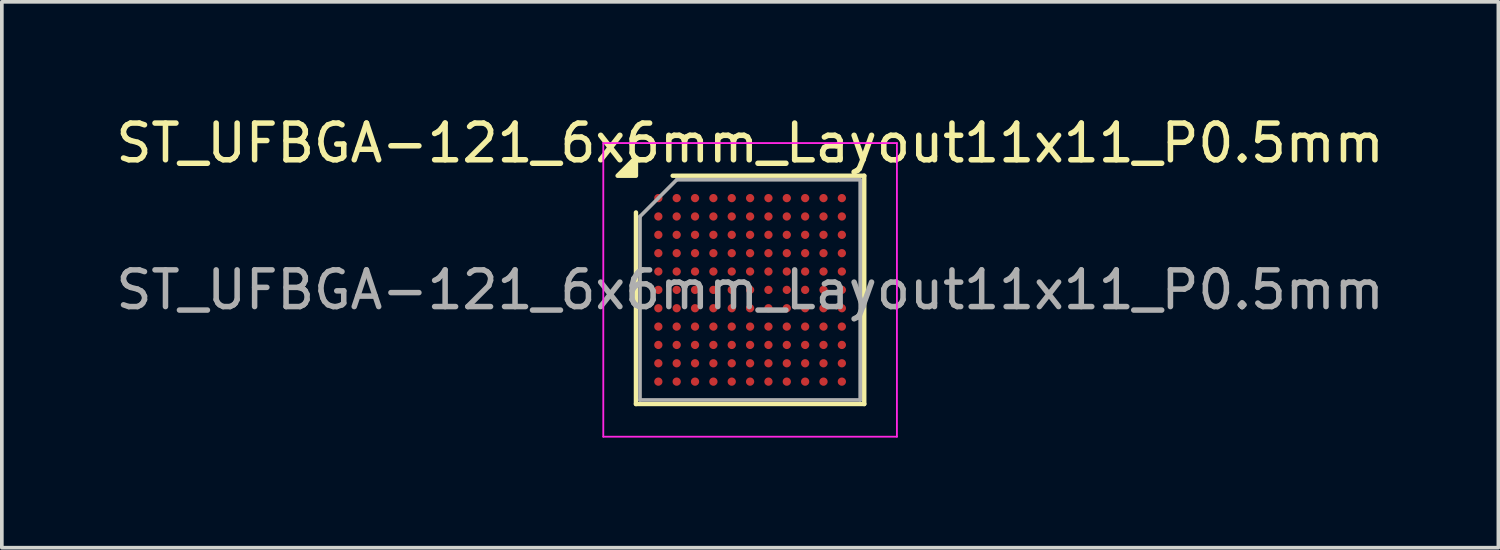
<source format=kicad_pcb>
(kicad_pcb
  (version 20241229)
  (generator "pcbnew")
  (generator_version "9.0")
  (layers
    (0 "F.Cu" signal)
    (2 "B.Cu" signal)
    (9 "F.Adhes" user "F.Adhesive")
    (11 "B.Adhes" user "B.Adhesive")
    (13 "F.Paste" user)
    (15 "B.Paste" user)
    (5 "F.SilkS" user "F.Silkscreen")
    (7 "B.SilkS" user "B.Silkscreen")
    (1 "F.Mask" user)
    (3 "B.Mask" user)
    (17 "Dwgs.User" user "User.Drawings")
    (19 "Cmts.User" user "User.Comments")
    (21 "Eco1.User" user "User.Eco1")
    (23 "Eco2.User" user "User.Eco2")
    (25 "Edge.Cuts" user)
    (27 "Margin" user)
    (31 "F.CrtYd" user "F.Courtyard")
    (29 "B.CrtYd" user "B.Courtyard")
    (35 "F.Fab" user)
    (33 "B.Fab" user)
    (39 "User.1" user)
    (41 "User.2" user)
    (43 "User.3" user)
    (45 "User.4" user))
  (footprint "ST_UFBGA-121_6x6mm_Layout11x11_P0.5mm"
    (layer "F.Cu")
    (at 17.387 4.848)
    (property "Reference" "ST_UFBGA-121_6x6mm_Layout11x11_P0.5mm" (at 0 -4 0) (layer "F.SilkS") (effects (font (size 1 1) (thickness 0.15))))
    (attr smd)
    (fp_line (start -3.11 3.11) (end -3.11 -2.11) (stroke (width 0.12) (type solid)) (layer "F.SilkS"))
    (fp_line (start -2.11 -3.11) (end 3.11 -3.11) (stroke (width 0.12) (type solid)) (layer "F.SilkS"))
    (fp_line (start 3.11 -3.11) (end 3.11 3.11) (stroke (width 0.12) (type solid)) (layer "F.SilkS"))
    (fp_line (start 3.11 3.11) (end -3.11 3.11) (stroke (width 0.12) (type solid)) (layer "F.SilkS"))
    (fp_poly (pts (xy -3.11 -3.11) (xy -3.61 -3.11) (xy -3.11 -3.61) (xy -3.11 -3.11)) (stroke (width 0.12) (type solid)) (fill yes) (layer "F.SilkS"))
    (fp_line (start -4 -4) (end -4 4) (stroke (width 0.05) (type solid)) (layer "F.CrtYd"))
    (fp_line (start -4 4) (end 4 4) (stroke (width 0.05) (type solid)) (layer "F.CrtYd"))
    (fp_line (start 4 -4) (end -4 -4) (stroke (width 0.05) (type solid)) (layer "F.CrtYd"))
    (fp_line (start 4 4) (end 4 -4) (stroke (width 0.05) (type solid)) (layer "F.CrtYd"))
    (fp_line (start -3 -2) (end -2 -3) (stroke (width 0.1) (type solid)) (layer "F.Fab"))
    (fp_line (start -3 3) (end -3 -2) (stroke (width 0.1) (type solid)) (layer "F.Fab"))
    (fp_line (start -2 -3) (end 3 -3) (stroke (width 0.1) (type solid)) (layer "F.Fab"))
    (fp_line (start 3 -3) (end 3 3) (stroke (width 0.1) (type solid)) (layer "F.Fab"))
    (fp_line (start 3 3) (end -3 3) (stroke (width 0.1) (type solid)) (layer "F.Fab"))
    (fp_text user "${REFERENCE}" (at 0 0 0) (layer "F.Fab") (effects (font (size 1 1) (thickness 0.15))))
    (pad "A1" smd circle (at -2.5 -2.5) (size 0.225 0.225) (property pad_prop_bga) (layers "F.Cu" "F.Mask" "F.Paste"))
    (pad "A2" smd circle (at -2 -2.5) (size 0.225 0.225) (property pad_prop_bga) (layers "F.Cu" "F.Mask" "F.Paste"))
    (pad "A3" smd circle (at -1.5 -2.5) (size 0.225 0.225) (property pad_prop_bga) (layers "F.Cu" "F.Mask" "F.Paste"))
    (pad "A4" smd circle (at -1 -2.5) (size 0.225 0.225) (property pad_prop_bga) (layers "F.Cu" "F.Mask" "F.Paste"))
    (pad "A5" smd circle (at -0.5 -2.5) (size 0.225 0.225) (property pad_prop_bga) (layers "F.Cu" "F.Mask" "F.Paste"))
    (pad "A6" smd circle (at 0 -2.5) (size 0.225 0.225) (property pad_prop_bga) (layers "F.Cu" "F.Mask" "F.Paste"))
    (pad "A7" smd circle (at 0.5 -2.5) (size 0.225 0.225) (property pad_prop_bga) (layers "F.Cu" "F.Mask" "F.Paste"))
    (pad "A8" smd circle (at 1 -2.5) (size 0.225 0.225) (property pad_prop_bga) (layers "F.Cu" "F.Mask" "F.Paste"))
    (pad "A9" smd circle (at 1.5 -2.5) (size 0.225 0.225) (property pad_prop_bga) (layers "F.Cu" "F.Mask" "F.Paste"))
    (pad "A10" smd circle (at 2 -2.5) (size 0.225 0.225) (property pad_prop_bga) (layers "F.Cu" "F.Mask" "F.Paste"))
    (pad "A11" smd circle (at 2.5 -2.5) (size 0.225 0.225) (property pad_prop_bga) (layers "F.Cu" "F.Mask" "F.Paste"))
    (pad "B1" smd circle (at -2.5 -2) (size 0.225 0.225) (property pad_prop_bga) (layers "F.Cu" "F.Mask" "F.Paste"))
    (pad "B2" smd circle (at -2 -2) (size 0.225 0.225) (property pad_prop_bga) (layers "F.Cu" "F.Mask" "F.Paste"))
    (pad "B3" smd circle (at -1.5 -2) (size 0.225 0.225) (property pad_prop_bga) (layers "F.Cu" "F.Mask" "F.Paste"))
    (pad "B4" smd circle (at -1 -2) (size 0.225 0.225) (property pad_prop_bga) (layers "F.Cu" "F.Mask" "F.Paste"))
    (pad "B5" smd circle (at -0.5 -2) (size 0.225 0.225) (property pad_prop_bga) (layers "F.Cu" "F.Mask" "F.Paste"))
    (pad "B6" smd circle (at 0 -2) (size 0.225 0.225) (property pad_prop_bga) (layers "F.Cu" "F.Mask" "F.Paste"))
    (pad "B7" smd circle (at 0.5 -2) (size 0.225 0.225) (property pad_prop_bga) (layers "F.Cu" "F.Mask" "F.Paste"))
    (pad "B8" smd circle (at 1 -2) (size 0.225 0.225) (property pad_prop_bga) (layers "F.Cu" "F.Mask" "F.Paste"))
    (pad "B9" smd circle (at 1.5 -2) (size 0.225 0.225) (property pad_prop_bga) (layers "F.Cu" "F.Mask" "F.Paste"))
    (pad "B10" smd circle (at 2 -2) (size 0.225 0.225) (property pad_prop_bga) (layers "F.Cu" "F.Mask" "F.Paste"))
    (pad "B11" smd circle (at 2.5 -2) (size 0.225 0.225) (property pad_prop_bga) (layers "F.Cu" "F.Mask" "F.Paste"))
    (pad "C1" smd circle (at -2.5 -1.5) (size 0.225 0.225) (property pad_prop_bga) (layers "F.Cu" "F.Mask" "F.Paste"))
    (pad "C2" smd circle (at -2 -1.5) (size 0.225 0.225) (property pad_prop_bga) (layers "F.Cu" "F.Mask" "F.Paste"))
    (pad "C3" smd circle (at -1.5 -1.5) (size 0.225 0.225) (property pad_prop_bga) (layers "F.Cu" "F.Mask" "F.Paste"))
    (pad "C4" smd circle (at -1 -1.5) (size 0.225 0.225) (property pad_prop_bga) (layers "F.Cu" "F.Mask" "F.Paste"))
    (pad "C5" smd circle (at -0.5 -1.5) (size 0.225 0.225) (property pad_prop_bga) (layers "F.Cu" "F.Mask" "F.Paste"))
    (pad "C6" smd circle (at 0 -1.5) (size 0.225 0.225) (property pad_prop_bga) (layers "F.Cu" "F.Mask" "F.Paste"))
    (pad "C7" smd circle (at 0.5 -1.5) (size 0.225 0.225) (property pad_prop_bga) (layers "F.Cu" "F.Mask" "F.Paste"))
    (pad "C8" smd circle (at 1 -1.5) (size 0.225 0.225) (property pad_prop_bga) (layers "F.Cu" "F.Mask" "F.Paste"))
    (pad "C9" smd circle (at 1.5 -1.5) (size 0.225 0.225) (property pad_prop_bga) (layers "F.Cu" "F.Mask" "F.Paste"))
    (pad "C10" smd circle (at 2 -1.5) (size 0.225 0.225) (property pad_prop_bga) (layers "F.Cu" "F.Mask" "F.Paste"))
    (pad "C11" smd circle (at 2.5 -1.5) (size 0.225 0.225) (property pad_prop_bga) (layers "F.Cu" "F.Mask" "F.Paste"))
    (pad "D1" smd circle (at -2.5 -1) (size 0.225 0.225) (property pad_prop_bga) (layers "F.Cu" "F.Mask" "F.Paste"))
    (pad "D2" smd circle (at -2 -1) (size 0.225 0.225) (property pad_prop_bga) (layers "F.Cu" "F.Mask" "F.Paste"))
    (pad "D3" smd circle (at -1.5 -1) (size 0.225 0.225) (property pad_prop_bga) (layers "F.Cu" "F.Mask" "F.Paste"))
    (pad "D4" smd circle (at -1 -1) (size 0.225 0.225) (property pad_prop_bga) (layers "F.Cu" "F.Mask" "F.Paste"))
    (pad "D5" smd circle (at -0.5 -1) (size 0.225 0.225) (property pad_prop_bga) (layers "F.Cu" "F.Mask" "F.Paste"))
    (pad "D6" smd circle (at 0 -1) (size 0.225 0.225) (property pad_prop_bga) (layers "F.Cu" "F.Mask" "F.Paste"))
    (pad "D7" smd circle (at 0.5 -1) (size 0.225 0.225) (property pad_prop_bga) (layers "F.Cu" "F.Mask" "F.Paste"))
    (pad "D8" smd circle (at 1 -1) (size 0.225 0.225) (property pad_prop_bga) (layers "F.Cu" "F.Mask" "F.Paste"))
    (pad "D9" smd circle (at 1.5 -1) (size 0.225 0.225) (property pad_prop_bga) (layers "F.Cu" "F.Mask" "F.Paste"))
    (pad "D10" smd circle (at 2 -1) (size 0.225 0.225) (property pad_prop_bga) (layers "F.Cu" "F.Mask" "F.Paste"))
    (pad "D11" smd circle (at 2.5 -1) (size 0.225 0.225) (property pad_prop_bga) (layers "F.Cu" "F.Mask" "F.Paste"))
    (pad "E1" smd circle (at -2.5 -0.5) (size 0.225 0.225) (property pad_prop_bga) (layers "F.Cu" "F.Mask" "F.Paste"))
    (pad "E2" smd circle (at -2 -0.5) (size 0.225 0.225) (property pad_prop_bga) (layers "F.Cu" "F.Mask" "F.Paste"))
    (pad "E3" smd circle (at -1.5 -0.5) (size 0.225 0.225) (property pad_prop_bga) (layers "F.Cu" "F.Mask" "F.Paste"))
    (pad "E4" smd circle (at -1 -0.5) (size 0.225 0.225) (property pad_prop_bga) (layers "F.Cu" "F.Mask" "F.Paste"))
    (pad "E5" smd circle (at -0.5 -0.5) (size 0.225 0.225) (property pad_prop_bga) (layers "F.Cu" "F.Mask" "F.Paste"))
    (pad "E6" smd circle (at 0 -0.5) (size 0.225 0.225) (property pad_prop_bga) (layers "F.Cu" "F.Mask" "F.Paste"))
    (pad "E7" smd circle (at 0.5 -0.5) (size 0.225 0.225) (property pad_prop_bga) (layers "F.Cu" "F.Mask" "F.Paste"))
    (pad "E8" smd circle (at 1 -0.5) (size 0.225 0.225) (property pad_prop_bga) (layers "F.Cu" "F.Mask" "F.Paste"))
    (pad "E9" smd circle (at 1.5 -0.5) (size 0.225 0.225) (property pad_prop_bga) (layers "F.Cu" "F.Mask" "F.Paste"))
    (pad "E10" smd circle (at 2 -0.5) (size 0.225 0.225) (property pad_prop_bga) (layers "F.Cu" "F.Mask" "F.Paste"))
    (pad "E11" smd circle (at 2.5 -0.5) (size 0.225 0.225) (property pad_prop_bga) (layers "F.Cu" "F.Mask" "F.Paste"))
    (pad "F1" smd circle (at -2.5 0) (size 0.225 0.225) (property pad_prop_bga) (layers "F.Cu" "F.Mask" "F.Paste"))
    (pad "F2" smd circle (at -2 0) (size 0.225 0.225) (property pad_prop_bga) (layers "F.Cu" "F.Mask" "F.Paste"))
    (pad "F3" smd circle (at -1.5 0) (size 0.225 0.225) (property pad_prop_bga) (layers "F.Cu" "F.Mask" "F.Paste"))
    (pad "F4" smd circle (at -1 0) (size 0.225 0.225) (property pad_prop_bga) (layers "F.Cu" "F.Mask" "F.Paste"))
    (pad "F5" smd circle (at -0.5 0) (size 0.225 0.225) (property pad_prop_bga) (layers "F.Cu" "F.Mask" "F.Paste"))
    (pad "F6" smd circle (at 0 0) (size 0.225 0.225) (property pad_prop_bga) (layers "F.Cu" "F.Mask" "F.Paste"))
    (pad "F7" smd circle (at 0.5 0) (size 0.225 0.225) (property pad_prop_bga) (layers "F.Cu" "F.Mask" "F.Paste"))
    (pad "F8" smd circle (at 1 0) (size 0.225 0.225) (property pad_prop_bga) (layers "F.Cu" "F.Mask" "F.Paste"))
    (pad "F9" smd circle (at 1.5 0) (size 0.225 0.225) (property pad_prop_bga) (layers "F.Cu" "F.Mask" "F.Paste"))
    (pad "F10" smd circle (at 2 0) (size 0.225 0.225) (property pad_prop_bga) (layers "F.Cu" "F.Mask" "F.Paste"))
    (pad "F11" smd circle (at 2.5 0) (size 0.225 0.225) (property pad_prop_bga) (layers "F.Cu" "F.Mask" "F.Paste"))
    (pad "G1" smd circle (at -2.5 0.5) (size 0.225 0.225) (property pad_prop_bga) (layers "F.Cu" "F.Mask" "F.Paste"))
    (pad "G2" smd circle (at -2 0.5) (size 0.225 0.225) (property pad_prop_bga) (layers "F.Cu" "F.Mask" "F.Paste"))
    (pad "G3" smd circle (at -1.5 0.5) (size 0.225 0.225) (property pad_prop_bga) (layers "F.Cu" "F.Mask" "F.Paste"))
    (pad "G4" smd circle (at -1 0.5) (size 0.225 0.225) (property pad_prop_bga) (layers "F.Cu" "F.Mask" "F.Paste"))
    (pad "G5" smd circle (at -0.5 0.5) (size 0.225 0.225) (property pad_prop_bga) (layers "F.Cu" "F.Mask" "F.Paste"))
    (pad "G6" smd circle (at 0 0.5) (size 0.225 0.225) (property pad_prop_bga) (layers "F.Cu" "F.Mask" "F.Paste"))
    (pad "G7" smd circle (at 0.5 0.5) (size 0.225 0.225) (property pad_prop_bga) (layers "F.Cu" "F.Mask" "F.Paste"))
    (pad "G8" smd circle (at 1 0.5) (size 0.225 0.225) (property pad_prop_bga) (layers "F.Cu" "F.Mask" "F.Paste"))
    (pad "G9" smd circle (at 1.5 0.5) (size 0.225 0.225) (property pad_prop_bga) (layers "F.Cu" "F.Mask" "F.Paste"))
    (pad "G10" smd circle (at 2 0.5) (size 0.225 0.225) (property pad_prop_bga) (layers "F.Cu" "F.Mask" "F.Paste"))
    (pad "G11" smd circle (at 2.5 0.5) (size 0.225 0.225) (property pad_prop_bga) (layers "F.Cu" "F.Mask" "F.Paste"))
    (pad "H1" smd circle (at -2.5 1) (size 0.225 0.225) (property pad_prop_bga) (layers "F.Cu" "F.Mask" "F.Paste"))
    (pad "H2" smd circle (at -2 1) (size 0.225 0.225) (property pad_prop_bga) (layers "F.Cu" "F.Mask" "F.Paste"))
    (pad "H3" smd circle (at -1.5 1) (size 0.225 0.225) (property pad_prop_bga) (layers "F.Cu" "F.Mask" "F.Paste"))
    (pad "H4" smd circle (at -1 1) (size 0.225 0.225) (property pad_prop_bga) (layers "F.Cu" "F.Mask" "F.Paste"))
    (pad "H5" smd circle (at -0.5 1) (size 0.225 0.225) (property pad_prop_bga) (layers "F.Cu" "F.Mask" "F.Paste"))
    (pad "H6" smd circle (at 0 1) (size 0.225 0.225) (property pad_prop_bga) (layers "F.Cu" "F.Mask" "F.Paste"))
    (pad "H7" smd circle (at 0.5 1) (size 0.225 0.225) (property pad_prop_bga) (layers "F.Cu" "F.Mask" "F.Paste"))
    (pad "H8" smd circle (at 1 1) (size 0.225 0.225) (property pad_prop_bga) (layers "F.Cu" "F.Mask" "F.Paste"))
    (pad "H9" smd circle (at 1.5 1) (size 0.225 0.225) (property pad_prop_bga) (layers "F.Cu" "F.Mask" "F.Paste"))
    (pad "H10" smd circle (at 2 1) (size 0.225 0.225) (property pad_prop_bga) (layers "F.Cu" "F.Mask" "F.Paste"))
    (pad "H11" smd circle (at 2.5 1) (size 0.225 0.225) (property pad_prop_bga) (layers "F.Cu" "F.Mask" "F.Paste"))
    (pad "J1" smd circle (at -2.5 1.5) (size 0.225 0.225) (property pad_prop_bga) (layers "F.Cu" "F.Mask" "F.Paste"))
    (pad "J2" smd circle (at -2 1.5) (size 0.225 0.225) (property pad_prop_bga) (layers "F.Cu" "F.Mask" "F.Paste"))
    (pad "J3" smd circle (at -1.5 1.5) (size 0.225 0.225) (property pad_prop_bga) (layers "F.Cu" "F.Mask" "F.Paste"))
    (pad "J4" smd circle (at -1 1.5) (size 0.225 0.225) (property pad_prop_bga) (layers "F.Cu" "F.Mask" "F.Paste"))
    (pad "J5" smd circle (at -0.5 1.5) (size 0.225 0.225) (property pad_prop_bga) (layers "F.Cu" "F.Mask" "F.Paste"))
    (pad "J6" smd circle (at 0 1.5) (size 0.225 0.225) (property pad_prop_bga) (layers "F.Cu" "F.Mask" "F.Paste"))
    (pad "J7" smd circle (at 0.5 1.5) (size 0.225 0.225) (property pad_prop_bga) (layers "F.Cu" "F.Mask" "F.Paste"))
    (pad "J8" smd circle (at 1 1.5) (size 0.225 0.225) (property pad_prop_bga) (layers "F.Cu" "F.Mask" "F.Paste"))
    (pad "J9" smd circle (at 1.5 1.5) (size 0.225 0.225) (property pad_prop_bga) (layers "F.Cu" "F.Mask" "F.Paste"))
    (pad "J10" smd circle (at 2 1.5) (size 0.225 0.225) (property pad_prop_bga) (layers "F.Cu" "F.Mask" "F.Paste"))
    (pad "J11" smd circle (at 2.5 1.5) (size 0.225 0.225) (property pad_prop_bga) (layers "F.Cu" "F.Mask" "F.Paste"))
    (pad "K1" smd circle (at -2.5 2) (size 0.225 0.225) (property pad_prop_bga) (layers "F.Cu" "F.Mask" "F.Paste"))
    (pad "K2" smd circle (at -2 2) (size 0.225 0.225) (property pad_prop_bga) (layers "F.Cu" "F.Mask" "F.Paste"))
    (pad "K3" smd circle (at -1.5 2) (size 0.225 0.225) (property pad_prop_bga) (layers "F.Cu" "F.Mask" "F.Paste"))
    (pad "K4" smd circle (at -1 2) (size 0.225 0.225) (property pad_prop_bga) (layers "F.Cu" "F.Mask" "F.Paste"))
    (pad "K5" smd circle (at -0.5 2) (size 0.225 0.225) (property pad_prop_bga) (layers "F.Cu" "F.Mask" "F.Paste"))
    (pad "K6" smd circle (at 0 2) (size 0.225 0.225) (property pad_prop_bga) (layers "F.Cu" "F.Mask" "F.Paste"))
    (pad "K7" smd circle (at 0.5 2) (size 0.225 0.225) (property pad_prop_bga) (layers "F.Cu" "F.Mask" "F.Paste"))
    (pad "K8" smd circle (at 1 2) (size 0.225 0.225) (property pad_prop_bga) (layers "F.Cu" "F.Mask" "F.Paste"))
    (pad "K9" smd circle (at 1.5 2) (size 0.225 0.225) (property pad_prop_bga) (layers "F.Cu" "F.Mask" "F.Paste"))
    (pad "K10" smd circle (at 2 2) (size 0.225 0.225) (property pad_prop_bga) (layers "F.Cu" "F.Mask" "F.Paste"))
    (pad "K11" smd circle (at 2.5 2) (size 0.225 0.225) (property pad_prop_bga) (layers "F.Cu" "F.Mask" "F.Paste"))
    (pad "L1" smd circle (at -2.5 2.5) (size 0.225 0.225) (property pad_prop_bga) (layers "F.Cu" "F.Mask" "F.Paste"))
    (pad "L2" smd circle (at -2 2.5) (size 0.225 0.225) (property pad_prop_bga) (layers "F.Cu" "F.Mask" "F.Paste"))
    (pad "L3" smd circle (at -1.5 2.5) (size 0.225 0.225) (property pad_prop_bga) (layers "F.Cu" "F.Mask" "F.Paste"))
    (pad "L4" smd circle (at -1 2.5) (size 0.225 0.225) (property pad_prop_bga) (layers "F.Cu" "F.Mask" "F.Paste"))
    (pad "L5" smd circle (at -0.5 2.5) (size 0.225 0.225) (property pad_prop_bga) (layers "F.Cu" "F.Mask" "F.Paste"))
    (pad "L6" smd circle (at 0 2.5) (size 0.225 0.225) (property pad_prop_bga) (layers "F.Cu" "F.Mask" "F.Paste"))
    (pad "L7" smd circle (at 0.5 2.5) (size 0.225 0.225) (property pad_prop_bga) (layers "F.Cu" "F.Mask" "F.Paste"))
    (pad "L8" smd circle (at 1 2.5) (size 0.225 0.225) (property pad_prop_bga) (layers "F.Cu" "F.Mask" "F.Paste"))
    (pad "L9" smd circle (at 1.5 2.5) (size 0.225 0.225) (property pad_prop_bga) (layers "F.Cu" "F.Mask" "F.Paste"))
    (pad "L10" smd circle (at 2 2.5) (size 0.225 0.225) (property pad_prop_bga) (layers "F.Cu" "F.Mask" "F.Paste"))
    (pad "L11" smd circle (at 2.5 2.5) (size 0.225 0.225) (property pad_prop_bga) (layers "F.Cu" "F.Mask" "F.Paste")))
  (gr_rect
    (start -3 -3)
    (end 37.774 11.873)
    (stroke (width 0.1) (type default))
    (fill no)
    (layer "Edge.Cuts")))
</source>
